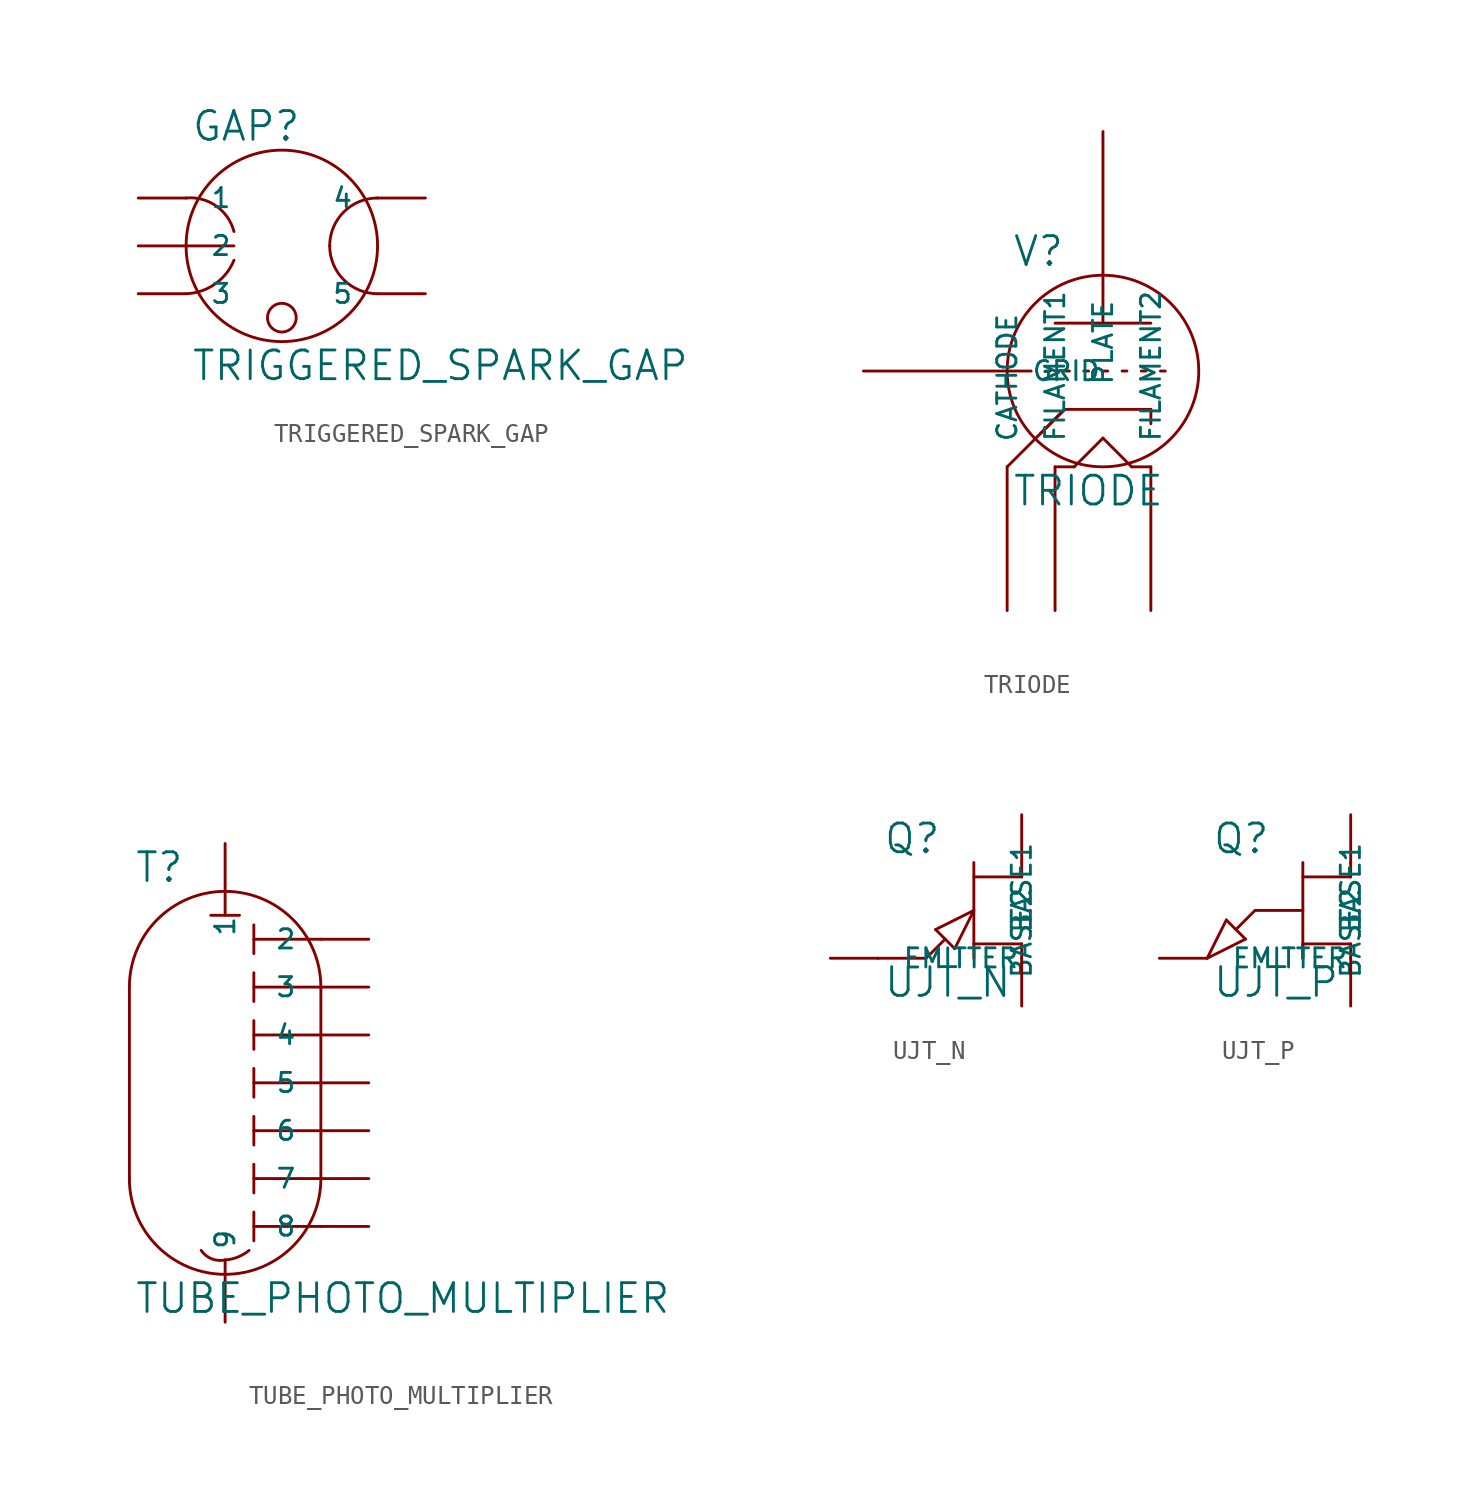
<source format=kicad_sym>
(kicad_symbol_lib
  (version 20231120)
  (generator "kicad_symbol_editor")
  (generator_version "8.0")
  (symbol "TRIGGERED_SPARK_GAP"
    (pin_names
      (offset 1.27))
    (property "Reference" "GAP"
      (at 0.254 0.381 0)
      (effects (font (size 1.524 1.524)) (justify left bottom)))
    (property "Value" "TRIGGERED_SPARK_GAP"
      (at 0.254 -10.541 0)
      (effects (font (size 1.524 1.524)) (justify left top)))
    (symbol "TRIGGERED_SPARK_GAP_0_1"
      (arc (start 0 -7.62) (mid 1.5162 -7.1178) (end 2.54 -5.842) (stroke (width 0) (type solid)) (fill (type none)))
      (polyline (pts (xy 0 -5.08) (xy 2.54 -5.08)) (stroke (width 0) (type solid)) (fill (type none)))
      (arc (start 2.54 -4.318) (mid 1.583 -2.9524) (end 0 -2.54) (stroke (width 0) (type solid)) (fill (type none)))
      (circle (center 5.08 -8.89) (radius 0.762) (stroke (width 0) (type solid)) (fill (type none)))
      (circle (center 5.08 -5.08) (radius 5.08) (stroke (width 0) (type solid)) (fill (type none)))
      (arc (start 7.62 -5.08) (mid 8.3639 -6.8761) (end 10.16 -7.62) (stroke (width 0) (type solid)) (fill (type none)))
      (arc (start 10.16 -2.54) (mid 8.3639 -3.2839) (end 7.62 -5.08) (stroke (width 0) (type solid)) (fill (type none))))
    (symbol "TRIGGERED_SPARK_GAP_1_1"
      (pin passive line (at -2.54 -2.54 0) (length 2.54) (name "1" (effects (font (size 1.016 1.016)))) (number "~" (effects (font (size 1.27 1.27)))))
      (pin passive line (at -2.54 -5.08 0) (length 2.54) (name "2" (effects (font (size 1.016 1.016)))) (number "~" (effects (font (size 1.27 1.27)))))
      (pin passive line (at -2.54 -7.62 0) (length 2.54) (name "3" (effects (font (size 1.016 1.016)))) (number "~" (effects (font (size 1.27 1.27)))))
      (pin passive line (at 12.7 -2.54 180) (length 2.54) (name "4" (effects (font (size 1.016 1.016)))) (number "~" (effects (font (size 1.27 1.27)))))
      (pin passive line (at 12.7 -7.62 180) (length 2.54) (name "5" (effects (font (size 1.016 1.016)))) (number "~" (effects (font (size 1.27 1.27)))))))
  (symbol "TRIODE"
    (pin_names
      (offset 1.27))
    (property "Reference" "V"
      (at 0.254 0.381 0)
      (effects (font (size 1.524 1.524)) (justify left bottom)))
    (property "Value" "TRIODE"
      (at 0.254 -10.541 0)
      (effects (font (size 1.524 1.524)) (justify left top)))
    (symbol "TRIODE_0_1"
      (polyline (pts (xy 1.27 -5.08) (xy 0 -5.08)) (stroke (width 0) (type solid)) (fill (type none)))
      (polyline (pts (xy 2.032 -5.08) (xy 2.286 -5.08)) (stroke (width 0) (type solid)) (fill (type none)))
      (polyline (pts (xy 2.54 -2.54) (xy 7.62 -2.54)) (stroke (width 0) (type solid)) (fill (type none)))
      (polyline (pts (xy 3.048 -7.112) (xy 0 -10.16)) (stroke (width 0) (type solid)) (fill (type none)))
      (polyline (pts (xy 3.048 -7.112) (xy 1.778 -8.382)) (stroke (width 0) (type solid)) (fill (type none)))
      (polyline (pts (xy 3.048 -5.08) (xy 3.302 -5.08)) (stroke (width 0) (type solid)) (fill (type none)))
      (polyline (pts (xy 3.556 -10.16) (xy 2.54 -10.16)) (stroke (width 0) (type solid)) (fill (type none)))
      (polyline (pts (xy 4.064 -5.08) (xy 4.318 -5.08)) (stroke (width 0) (type solid)) (fill (type none)))
      (polyline (pts (xy 5.08 -8.636) (xy 3.556 -10.16)) (stroke (width 0) (type solid)) (fill (type none)))
      (polyline (pts (xy 5.08 -5.08) (xy 5.334 -5.08)) (stroke (width 0) (type solid)) (fill (type none)))
      (polyline (pts (xy 5.08 0) (xy 5.08 -2.54)) (stroke (width 0) (type solid)) (fill (type none)))
      (polyline (pts (xy 6.096 -5.08) (xy 6.35 -5.08)) (stroke (width 0) (type solid)) (fill (type none)))
      (polyline (pts (xy 6.604 -10.16) (xy 5.08 -8.636)) (stroke (width 0) (type solid)) (fill (type none)))
      (polyline (pts (xy 7.112 -5.08) (xy 7.366 -5.08)) (stroke (width 0) (type solid)) (fill (type none)))
      (polyline (pts (xy 7.62 -10.16) (xy 6.604 -10.16)) (stroke (width 0) (type solid)) (fill (type none)))
      (polyline (pts (xy 7.62 -7.874) (xy 7.62 -7.112)) (stroke (width 0) (type solid)) (fill (type none)))
      (polyline (pts (xy 7.62 -7.112) (xy 3.048 -7.112)) (stroke (width 0) (type solid)) (fill (type none)))
      (polyline (pts (xy 8.128 -5.08) (xy 8.382 -5.08)) (stroke (width 0) (type solid)) (fill (type none)))
      (circle (center 5.08 -5.08) (radius 5.08) (stroke (width 0) (type solid)) (fill (type none))))
    (symbol "TRIODE_1_1"
      (pin passive line (at 0 -17.78 90) (length 7.62) (name "CATHODE" (effects (font (size 1.016 1.016)))) (number "~" (effects (font (size 1.27 1.27)))))
      (pin passive line (at 2.54 -17.78 90) (length 7.62) (name "FILAMENT1" (effects (font (size 1.016 1.016)))) (number "~" (effects (font (size 1.27 1.27)))))
      (pin passive line (at 7.62 -17.78 90) (length 7.62) (name "FILAMENT2" (effects (font (size 1.016 1.016)))) (number "~" (effects (font (size 1.27 1.27)))))
      (pin input line (at -7.62 -5.08 0) (length 7.62) (name "GRID" (effects (font (size 1.016 1.016)))) (number "~" (effects (font (size 1.27 1.27)))))
      (pin passive line (at 5.08 7.62 270) (length 7.62) (name "PLATE" (effects (font (size 1.016 1.016)))) (number "~" (effects (font (size 1.27 1.27)))))))
  (symbol "TUBE_PHOTO_MULTIPLIER"
    (pin_names
      (offset 1.27))
    (property "Reference" "T"
      (at 0.254 0.381 0)
      (effects (font (size 1.524 1.524)) (justify left bottom)))
    (property "Value" "TUBE_PHOTO_MULTIPLIER"
      (at 0.254 -20.701 0)
      (effects (font (size 1.524 1.524)) (justify left top)))
    (symbol "TUBE_PHOTO_MULTIPLIER_0_1"
      (arc (start 0 -15.24) (mid 1.4879 -18.8321) (end 5.08 -20.32) (stroke (width 0) (type solid)) (fill (type none)))
      (polyline (pts (xy 0 -15.24) (xy 0 -5.08)) (stroke (width 0) (type solid)) (fill (type none)))
      (polyline (pts (xy 4.318 -1.27) (xy 5.842 -1.27)) (stroke (width 0) (type solid)) (fill (type none)))
      (polyline (pts (xy 5.08 -19.558) (xy 5.08 -20.32)) (stroke (width 0) (type solid)) (fill (type none)))
      (polyline (pts (xy 5.08 -1.27) (xy 5.08 0)) (stroke (width 0) (type solid)) (fill (type none)))
      (polyline (pts (xy 6.604 -17.018) (xy 6.604 -18.542)) (stroke (width 0) (type solid)) (fill (type none)))
      (polyline (pts (xy 6.604 -14.478) (xy 6.604 -16.002)) (stroke (width 0) (type solid)) (fill (type none)))
      (polyline (pts (xy 6.604 -11.938) (xy 6.604 -13.462)) (stroke (width 0) (type solid)) (fill (type none)))
      (polyline (pts (xy 6.604 -9.398) (xy 6.604 -10.922)) (stroke (width 0) (type solid)) (fill (type none)))
      (polyline (pts (xy 6.604 -6.858) (xy 6.604 -8.382)) (stroke (width 0) (type solid)) (fill (type none)))
      (polyline (pts (xy 6.604 -4.318) (xy 6.604 -5.842)) (stroke (width 0) (type solid)) (fill (type none)))
      (polyline (pts (xy 6.604 -1.778) (xy 6.604 -3.302)) (stroke (width 0) (type solid)) (fill (type none)))
      (polyline (pts (xy 10.16 -17.78) (xy 6.604 -17.78)) (stroke (width 0) (type solid)) (fill (type none)))
      (polyline (pts (xy 10.16 -15.24) (xy 6.604 -15.24)) (stroke (width 0) (type solid)) (fill (type none)))
      (polyline (pts (xy 10.16 -12.7) (xy 6.604 -12.7)) (stroke (width 0) (type solid)) (fill (type none)))
      (polyline (pts (xy 10.16 -10.16) (xy 6.604 -10.16)) (stroke (width 0) (type solid)) (fill (type none)))
      (polyline (pts (xy 10.16 -7.62) (xy 6.604 -7.62)) (stroke (width 0) (type solid)) (fill (type none)))
      (polyline (pts (xy 10.16 -5.08) (xy 6.604 -5.08)) (stroke (width 0) (type solid)) (fill (type none)))
      (polyline (pts (xy 10.16 -5.08) (xy 10.16 -15.24)) (stroke (width 0) (type solid)) (fill (type none)))
      (polyline (pts (xy 10.16 -2.54) (xy 6.604 -2.54)) (stroke (width 0) (type solid)) (fill (type none)))
      (arc (start 3.81 -19.05) (mid 4.3755 -19.4999) (end 5.08 -19.558) (stroke (width 0) (type solid)) (fill (type none)))
      (arc (start 5.08 -20.32) (mid 8.6721 -18.8321) (end 10.16 -15.24) (stroke (width 0) (type solid)) (fill (type none)))
      (arc (start 5.08 -19.558) (mid 5.7402 -19.4076) (end 6.35 -19.05) (stroke (width 0) (type solid)) (fill (type none)))
      (arc (start 5.08 0) (mid 1.4879 -1.4879) (end 0 -5.08) (stroke (width 0) (type solid)) (fill (type none)))
      (arc (start 10.16 -5.08) (mid 8.6721 -1.4879) (end 5.08 0) (stroke (width 0) (type solid)) (fill (type none))))
    (symbol "TUBE_PHOTO_MULTIPLIER_1_1"
      (pin passive line (at 5.08 2.54 270) (length 2.54) (name "1" (effects (font (size 1.016 1.016)))) (number "~" (effects (font (size 1.27 1.27)))))
      (pin passive line (at 12.7 -2.54 180) (length 2.54) (name "2" (effects (font (size 1.016 1.016)))) (number "~" (effects (font (size 1.27 1.27)))))
      (pin passive line (at 12.7 -5.08 180) (length 2.54) (name "3" (effects (font (size 1.016 1.016)))) (number "~" (effects (font (size 1.27 1.27)))))
      (pin passive line (at 12.7 -7.62 180) (length 2.54) (name "4" (effects (font (size 1.016 1.016)))) (number "~" (effects (font (size 1.27 1.27)))))
      (pin passive line (at 12.7 -10.16 180) (length 2.54) (name "5" (effects (font (size 1.016 1.016)))) (number "~" (effects (font (size 1.27 1.27)))))
      (pin passive line (at 12.7 -12.7 180) (length 2.54) (name "6" (effects (font (size 1.016 1.016)))) (number "~" (effects (font (size 1.27 1.27)))))
      (pin passive line (at 12.7 -15.24 180) (length 2.54) (name "7" (effects (font (size 1.016 1.016)))) (number "~" (effects (font (size 1.27 1.27)))))
      (pin passive line (at 12.7 -17.78 180) (length 2.54) (name "8" (effects (font (size 1.016 1.016)))) (number "~" (effects (font (size 1.27 1.27)))))
      (pin passive line (at 5.08 -22.86 90) (length 2.54) (name "9" (effects (font (size 1.016 1.016)))) (number "~" (effects (font (size 1.27 1.27)))))))
  (symbol "UJT_N"
    (pin_names
      (offset 1.27))
    (property "Reference" "Q"
      (at 0.254 0.381 0)
      (effects (font (size 1.524 1.524)) (justify left bottom)))
    (property "Value" "UJT_N"
      (at 0.254 -5.461 0)
      (effects (font (size 1.524 1.524)) (justify left top)))
    (symbol "UJT_N_0_1"
      (polyline (pts (xy 2.54 -5.08) (xy 0 -5.08)) (stroke (width 0) (type solid)) (fill (type none)))
      (polyline (pts (xy 3.048 -3.556) (xy 4.064 -4.572)) (stroke (width 0) (type solid)) (fill (type none)))
      (polyline (pts (xy 3.556 -4.064) (xy 2.54 -5.08)) (stroke (width 0) (type solid)) (fill (type none)))
      (polyline (pts (xy 4.064 -4.572) (xy 5.08 -2.54)) (stroke (width 0) (type solid)) (fill (type none)))
      (polyline (pts (xy 5.08 -4.318) (xy 7.62 -4.318)) (stroke (width 0) (type solid)) (fill (type none)))
      (polyline (pts (xy 5.08 -2.54) (xy 3.048 -3.556)) (stroke (width 0) (type solid)) (fill (type none)))
      (polyline (pts (xy 5.08 0) (xy 5.08 -5.08)) (stroke (width 0) (type solid)) (fill (type none)))
      (polyline (pts (xy 7.62 -4.318) (xy 7.62 -5.08)) (stroke (width 0) (type solid)) (fill (type none)))
      (polyline (pts (xy 7.62 -0.762) (xy 5.08 -0.762)) (stroke (width 0) (type solid)) (fill (type none)))
      (polyline (pts (xy 7.62 0) (xy 7.62 -0.762)) (stroke (width 0) (type solid)) (fill (type none))))
    (symbol "UJT_N_1_1"
      (pin passive line (at 7.62 -7.62 90) (length 2.54) (name "BASE1" (effects (font (size 1.016 1.016)))) (number "~" (effects (font (size 1.27 1.27)))))
      (pin passive line (at 7.62 2.54 270) (length 2.54) (name "BASE2" (effects (font (size 1.016 1.016)))) (number "~" (effects (font (size 1.27 1.27)))))
      (pin passive line (at -2.54 -5.08 0) (length 2.54) (name "EMITTER" (effects (font (size 1.016 1.016)))) (number "~" (effects (font (size 1.27 1.27)))))))
  (symbol "UJT_P"
    (pin_names
      (offset 1.27))
    (property "Reference" "Q"
      (at 0.254 0.381 0)
      (effects (font (size 1.524 1.524)) (justify left bottom)))
    (property "Value" "UJT_P"
      (at 0.254 -5.461 0)
      (effects (font (size 1.524 1.524)) (justify left top)))
    (symbol "UJT_P_0_1"
      (polyline (pts (xy 0 -5.08) (xy 2.032 -4.064)) (stroke (width 0) (type solid)) (fill (type none)))
      (polyline (pts (xy 1.016 -3.048) (xy 0 -5.08)) (stroke (width 0) (type solid)) (fill (type none)))
      (polyline (pts (xy 1.524 -3.556) (xy 2.54 -2.54)) (stroke (width 0) (type solid)) (fill (type none)))
      (polyline (pts (xy 2.032 -4.064) (xy 1.016 -3.048)) (stroke (width 0) (type solid)) (fill (type none)))
      (polyline (pts (xy 2.54 -2.54) (xy 5.08 -2.54)) (stroke (width 0) (type solid)) (fill (type none)))
      (polyline (pts (xy 5.08 -5.08) (xy 5.08 -4.318)) (stroke (width 0) (type solid)) (fill (type none)))
      (polyline (pts (xy 5.08 -4.318) (xy 7.62 -4.318)) (stroke (width 0) (type solid)) (fill (type none)))
      (polyline (pts (xy 5.08 0) (xy 5.08 -5.08)) (stroke (width 0) (type solid)) (fill (type none)))
      (polyline (pts (xy 7.62 -4.318) (xy 7.62 -5.08)) (stroke (width 0) (type solid)) (fill (type none)))
      (polyline (pts (xy 7.62 -0.762) (xy 5.08 -0.762)) (stroke (width 0) (type solid)) (fill (type none)))
      (polyline (pts (xy 7.62 0) (xy 7.62 -0.762)) (stroke (width 0) (type solid)) (fill (type none))))
    (symbol "UJT_P_1_1"
      (pin passive line (at 7.62 -7.62 90) (length 2.54) (name "BASE1" (effects (font (size 1.016 1.016)))) (number "~" (effects (font (size 1.27 1.27)))))
      (pin passive line (at 7.62 2.54 270) (length 2.54) (name "BASE2" (effects (font (size 1.016 1.016)))) (number "~" (effects (font (size 1.27 1.27)))))
      (pin passive line (at -2.54 -5.08 0) (length 2.54) (name "EMITTER" (effects (font (size 1.016 1.016)))) (number "~" (effects (font (size 1.27 1.27))))))))
</source>
